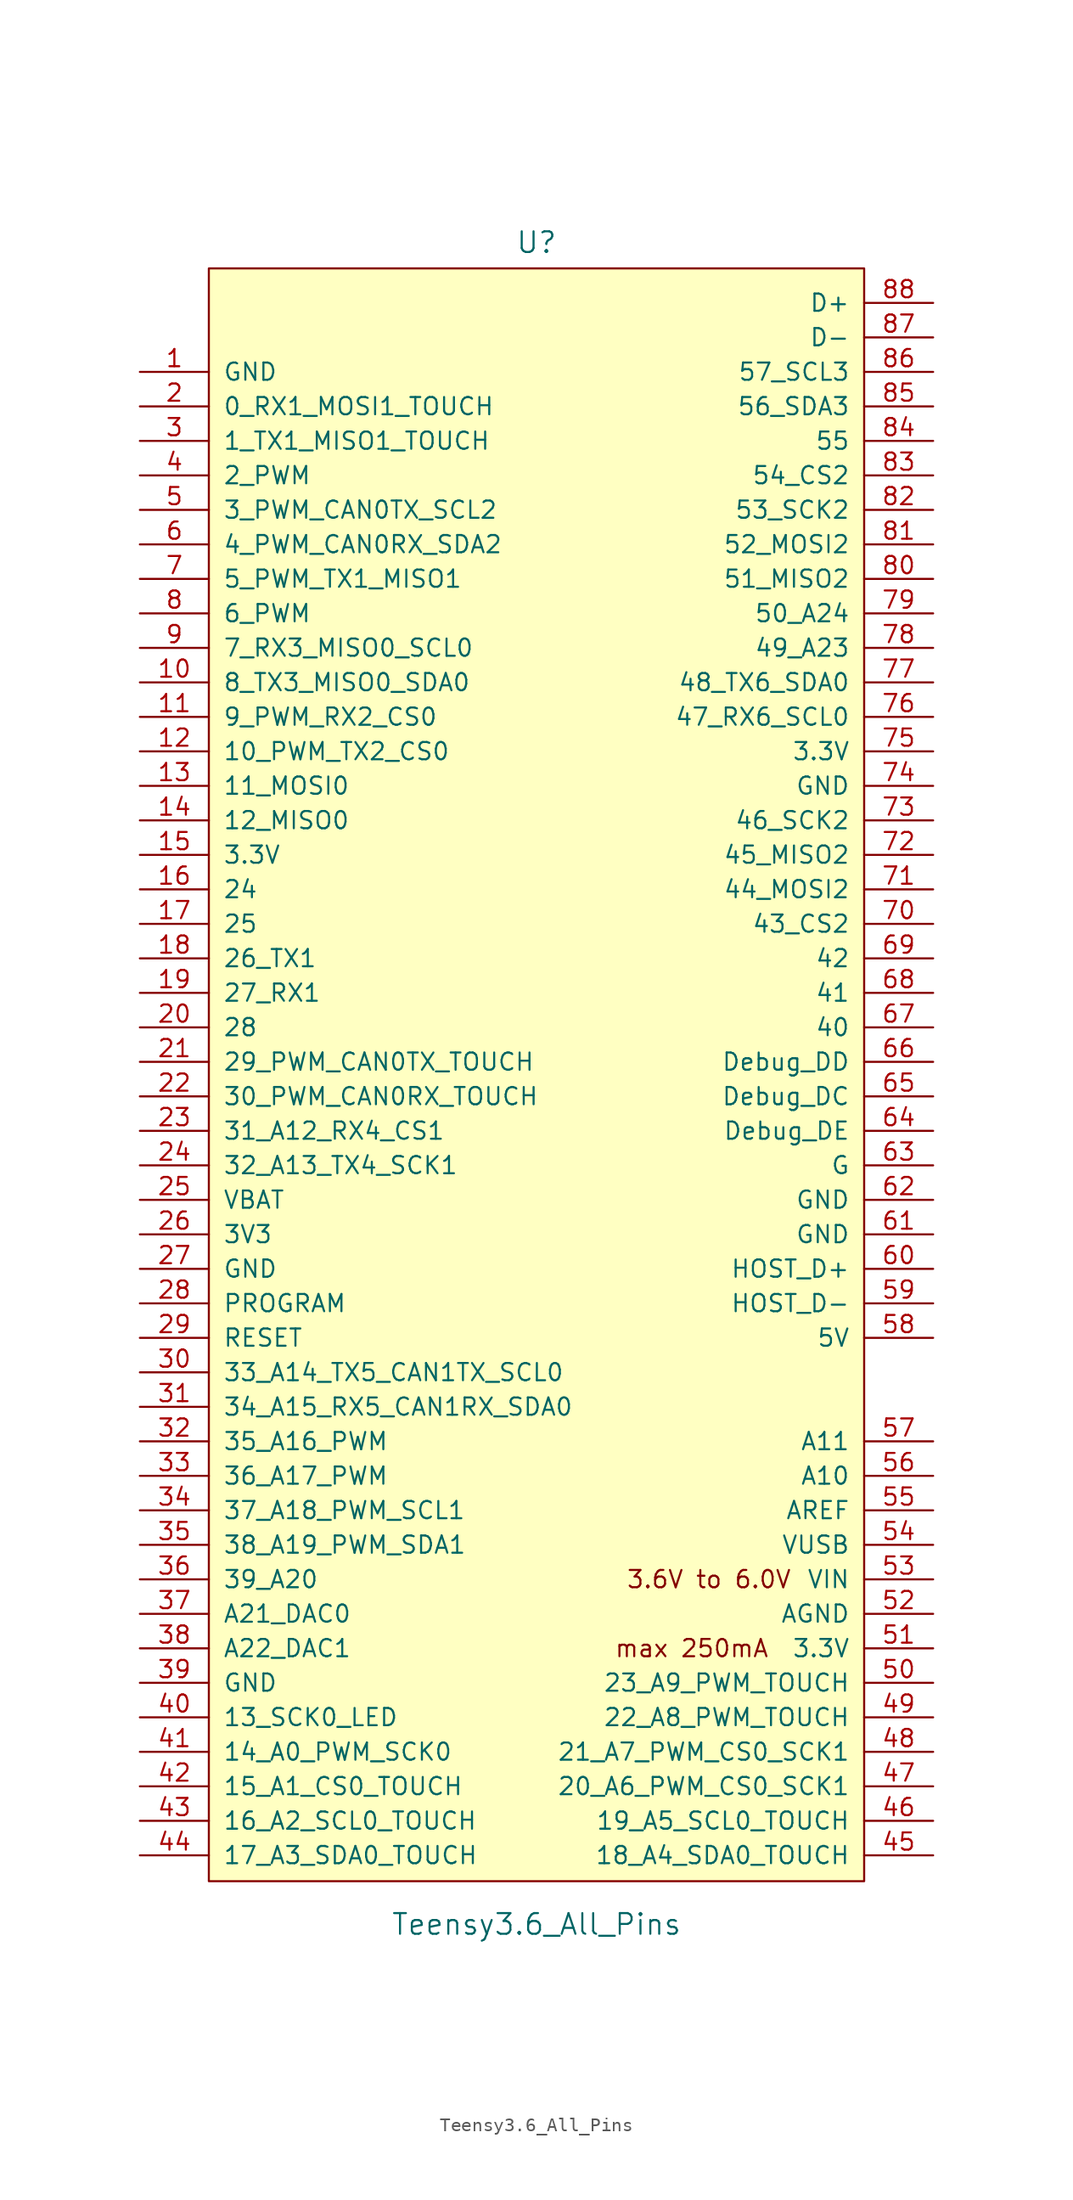
<source format=kicad_sym>
(kicad_symbol_lib
  (version 20211014)
  (generator kicad_symbol_editor)
  (symbol "Teensy3.6_All_Pins"
    (pin_names
      (offset 1.016))
    (property "Reference" "U"
      (at 0 64.135 0)
      (effects (font (size 1.524 1.524))))
    (property "Value" "Teensy3.6_All_Pins"
      (at 0 -59.69 0)
      (effects (font (size 1.524 1.524))))
    (property "Footprint" ""
      (at 0 1.27 0)
      (effects (font (size 1.524 1.524))))
    (property "Datasheet" ""
      (at 0 1.27 0)
      (effects (font (size 1.524 1.524))))
    (symbol "Teensy3.6_All_Pins_0_0"
      (rectangle (start -24.13 62.23) (end 24.13 -56.515) (stroke (width 0) (type default) (color 0 0 0 0)) (fill (type background)))
      (text "3.6V to 6.0V" (at 12.7 -34.29 0) (effects (font (size 1.27 1.27))))
      (text "max 250mA" (at 11.43 -39.37 0) (effects (font (size 1.27 1.27)))))
    (symbol "Teensy3.6_All_Pins_1_1"
      (pin power_in line (at -29.21 54.61 0) (length 5.08) (name "GND" (effects (font (size 1.27 1.27)))) (number "1" (effects (font (size 1.27 1.27)))))
      (pin bidirectional line (at -29.21 31.75 0) (length 5.08) (name "8_TX3_MISO0_SDA0" (effects (font (size 1.27 1.27)))) (number "10" (effects (font (size 1.27 1.27)))))
      (pin bidirectional line (at -29.21 29.21 0) (length 5.08) (name "9_PWM_RX2_CS0" (effects (font (size 1.27 1.27)))) (number "11" (effects (font (size 1.27 1.27)))))
      (pin bidirectional line (at -29.21 26.67 0) (length 5.08) (name "10_PWM_TX2_CS0" (effects (font (size 1.27 1.27)))) (number "12" (effects (font (size 1.27 1.27)))))
      (pin bidirectional line (at -29.21 24.13 0) (length 5.08) (name "11_MOSI0" (effects (font (size 1.27 1.27)))) (number "13" (effects (font (size 1.27 1.27)))))
      (pin bidirectional line (at -29.21 21.59 0) (length 5.08) (name "12_MISO0" (effects (font (size 1.27 1.27)))) (number "14" (effects (font (size 1.27 1.27)))))
      (pin power_in line (at -29.21 19.05 0) (length 5.08) (name "3.3V" (effects (font (size 1.27 1.27)))) (number "15" (effects (font (size 1.27 1.27)))))
      (pin bidirectional line (at -29.21 16.51 0) (length 5.08) (name "24" (effects (font (size 1.27 1.27)))) (number "16" (effects (font (size 1.27 1.27)))))
      (pin bidirectional line (at -29.21 13.97 0) (length 5.08) (name "25" (effects (font (size 1.27 1.27)))) (number "17" (effects (font (size 1.27 1.27)))))
      (pin bidirectional line (at -29.21 11.43 0) (length 5.08) (name "26_TX1" (effects (font (size 1.27 1.27)))) (number "18" (effects (font (size 1.27 1.27)))))
      (pin bidirectional line (at -29.21 8.89 0) (length 5.08) (name "27_RX1" (effects (font (size 1.27 1.27)))) (number "19" (effects (font (size 1.27 1.27)))))
      (pin bidirectional line (at -29.21 52.07 0) (length 5.08) (name "0_RX1_MOSI1_TOUCH" (effects (font (size 1.27 1.27)))) (number "2" (effects (font (size 1.27 1.27)))))
      (pin bidirectional line (at -29.21 6.35 0) (length 5.08) (name "28" (effects (font (size 1.27 1.27)))) (number "20" (effects (font (size 1.27 1.27)))))
      (pin bidirectional line (at -29.21 3.81 0) (length 5.08) (name "29_PWM_CAN0TX_TOUCH" (effects (font (size 1.27 1.27)))) (number "21" (effects (font (size 1.27 1.27)))))
      (pin bidirectional line (at -29.21 1.27 0) (length 5.08) (name "30_PWM_CAN0RX_TOUCH" (effects (font (size 1.27 1.27)))) (number "22" (effects (font (size 1.27 1.27)))))
      (pin bidirectional line (at -29.21 -1.27 0) (length 5.08) (name "31_A12_RX4_CS1" (effects (font (size 1.27 1.27)))) (number "23" (effects (font (size 1.27 1.27)))))
      (pin bidirectional line (at -29.21 -3.81 0) (length 5.08) (name "32_A13_TX4_SCK1" (effects (font (size 1.27 1.27)))) (number "24" (effects (font (size 1.27 1.27)))))
      (pin power_in line (at -29.21 -6.35 0) (length 5.08) (name "VBAT" (effects (font (size 1.27 1.27)))) (number "25" (effects (font (size 1.27 1.27)))))
      (pin power_in line (at -29.21 -8.89 0) (length 5.08) (name "3V3" (effects (font (size 1.27 1.27)))) (number "26" (effects (font (size 1.27 1.27)))))
      (pin power_in line (at -29.21 -11.43 0) (length 5.08) (name "GND" (effects (font (size 1.27 1.27)))) (number "27" (effects (font (size 1.27 1.27)))))
      (pin input line (at -29.21 -13.97 0) (length 5.08) (name "PROGRAM" (effects (font (size 1.27 1.27)))) (number "28" (effects (font (size 1.27 1.27)))))
      (pin input line (at -29.21 -16.51 0) (length 5.08) (name "RESET" (effects (font (size 1.27 1.27)))) (number "29" (effects (font (size 1.27 1.27)))))
      (pin bidirectional line (at -29.21 49.53 0) (length 5.08) (name "1_TX1_MISO1_TOUCH" (effects (font (size 1.27 1.27)))) (number "3" (effects (font (size 1.27 1.27)))))
      (pin bidirectional line (at -29.21 -19.05 0) (length 5.08) (name "33_A14_TX5_CAN1TX_SCL0" (effects (font (size 1.27 1.27)))) (number "30" (effects (font (size 1.27 1.27)))))
      (pin bidirectional line (at -29.21 -21.59 0) (length 5.08) (name "34_A15_RX5_CAN1RX_SDA0" (effects (font (size 1.27 1.27)))) (number "31" (effects (font (size 1.27 1.27)))))
      (pin bidirectional line (at -29.21 -24.13 0) (length 5.08) (name "35_A16_PWM" (effects (font (size 1.27 1.27)))) (number "32" (effects (font (size 1.27 1.27)))))
      (pin bidirectional line (at -29.21 -26.67 0) (length 5.08) (name "36_A17_PWM" (effects (font (size 1.27 1.27)))) (number "33" (effects (font (size 1.27 1.27)))))
      (pin bidirectional line (at -29.21 -29.21 0) (length 5.08) (name "37_A18_PWM_SCL1" (effects (font (size 1.27 1.27)))) (number "34" (effects (font (size 1.27 1.27)))))
      (pin bidirectional line (at -29.21 -31.75 0) (length 5.08) (name "38_A19_PWM_SDA1" (effects (font (size 1.27 1.27)))) (number "35" (effects (font (size 1.27 1.27)))))
      (pin bidirectional line (at -29.21 -34.29 0) (length 5.08) (name "39_A20" (effects (font (size 1.27 1.27)))) (number "36" (effects (font (size 1.27 1.27)))))
      (pin bidirectional line (at -29.21 -36.83 0) (length 5.08) (name "A21_DAC0" (effects (font (size 1.27 1.27)))) (number "37" (effects (font (size 1.27 1.27)))))
      (pin bidirectional line (at -29.21 -39.37 0) (length 5.08) (name "A22_DAC1" (effects (font (size 1.27 1.27)))) (number "38" (effects (font (size 1.27 1.27)))))
      (pin power_in line (at -29.21 -41.91 0) (length 5.08) (name "GND" (effects (font (size 1.27 1.27)))) (number "39" (effects (font (size 1.27 1.27)))))
      (pin bidirectional line (at -29.21 46.99 0) (length 5.08) (name "2_PWM" (effects (font (size 1.27 1.27)))) (number "4" (effects (font (size 1.27 1.27)))))
      (pin bidirectional line (at -29.21 -44.45 0) (length 5.08) (name "13_SCK0_LED" (effects (font (size 1.27 1.27)))) (number "40" (effects (font (size 1.27 1.27)))))
      (pin bidirectional line (at -29.21 -46.99 0) (length 5.08) (name "14_A0_PWM_SCK0" (effects (font (size 1.27 1.27)))) (number "41" (effects (font (size 1.27 1.27)))))
      (pin bidirectional line (at -29.21 -49.53 0) (length 5.08) (name "15_A1_CS0_TOUCH" (effects (font (size 1.27 1.27)))) (number "42" (effects (font (size 1.27 1.27)))))
      (pin bidirectional line (at -29.21 -52.07 0) (length 5.08) (name "16_A2_SCL0_TOUCH" (effects (font (size 1.27 1.27)))) (number "43" (effects (font (size 1.27 1.27)))))
      (pin bidirectional line (at -29.21 -54.61 0) (length 5.08) (name "17_A3_SDA0_TOUCH" (effects (font (size 1.27 1.27)))) (number "44" (effects (font (size 1.27 1.27)))))
      (pin bidirectional line (at 29.21 -54.61 180) (length 5.08) (name "18_A4_SDA0_TOUCH" (effects (font (size 1.27 1.27)))) (number "45" (effects (font (size 1.27 1.27)))))
      (pin bidirectional line (at 29.21 -52.07 180) (length 5.08) (name "19_A5_SCL0_TOUCH" (effects (font (size 1.27 1.27)))) (number "46" (effects (font (size 1.27 1.27)))))
      (pin bidirectional line (at 29.21 -49.53 180) (length 5.08) (name "20_A6_PWM_CS0_SCK1" (effects (font (size 1.27 1.27)))) (number "47" (effects (font (size 1.27 1.27)))))
      (pin bidirectional line (at 29.21 -46.99 180) (length 5.08) (name "21_A7_PWM_CS0_SCK1" (effects (font (size 1.27 1.27)))) (number "48" (effects (font (size 1.27 1.27)))))
      (pin bidirectional line (at 29.21 -44.45 180) (length 5.08) (name "22_A8_PWM_TOUCH" (effects (font (size 1.27 1.27)))) (number "49" (effects (font (size 1.27 1.27)))))
      (pin bidirectional line (at -29.21 44.45 0) (length 5.08) (name "3_PWM_CAN0TX_SCL2" (effects (font (size 1.27 1.27)))) (number "5" (effects (font (size 1.27 1.27)))))
      (pin bidirectional line (at 29.21 -41.91 180) (length 5.08) (name "23_A9_PWM_TOUCH" (effects (font (size 1.27 1.27)))) (number "50" (effects (font (size 1.27 1.27)))))
      (pin power_out line (at 29.21 -39.37 180) (length 5.08) (name "3.3V" (effects (font (size 1.27 1.27)))) (number "51" (effects (font (size 1.27 1.27)))))
      (pin power_out line (at 29.21 -36.83 180) (length 5.08) (name "AGND" (effects (font (size 1.27 1.27)))) (number "52" (effects (font (size 1.27 1.27)))))
      (pin power_in line (at 29.21 -34.29 180) (length 5.08) (name "VIN" (effects (font (size 1.27 1.27)))) (number "53" (effects (font (size 1.27 1.27)))))
      (pin power_in line (at 29.21 -31.75 180) (length 5.08) (name "VUSB" (effects (font (size 1.27 1.27)))) (number "54" (effects (font (size 1.27 1.27)))))
      (pin input line (at 29.21 -29.21 180) (length 5.08) (name "AREF" (effects (font (size 1.27 1.27)))) (number "55" (effects (font (size 1.27 1.27)))))
      (pin bidirectional line (at 29.21 -26.67 180) (length 5.08) (name "A10" (effects (font (size 1.27 1.27)))) (number "56" (effects (font (size 1.27 1.27)))))
      (pin bidirectional line (at 29.21 -24.13 180) (length 5.08) (name "A11" (effects (font (size 1.27 1.27)))) (number "57" (effects (font (size 1.27 1.27)))))
      (pin power_in line (at 29.21 -16.51 180) (length 5.08) (name "5V" (effects (font (size 1.27 1.27)))) (number "58" (effects (font (size 1.27 1.27)))))
      (pin bidirectional line (at 29.21 -13.97 180) (length 5.08) (name "HOST_D-" (effects (font (size 1.27 1.27)))) (number "59" (effects (font (size 1.27 1.27)))))
      (pin bidirectional line (at -29.21 41.91 0) (length 5.08) (name "4_PWM_CAN0RX_SDA2" (effects (font (size 1.27 1.27)))) (number "6" (effects (font (size 1.27 1.27)))))
      (pin bidirectional line (at 29.21 -11.43 180) (length 5.08) (name "HOST_D+" (effects (font (size 1.27 1.27)))) (number "60" (effects (font (size 1.27 1.27)))))
      (pin power_in line (at 29.21 -8.89 180) (length 5.08) (name "GND" (effects (font (size 1.27 1.27)))) (number "61" (effects (font (size 1.27 1.27)))))
      (pin power_in line (at 29.21 -6.35 180) (length 5.08) (name "GND" (effects (font (size 1.27 1.27)))) (number "62" (effects (font (size 1.27 1.27)))))
      (pin power_in line (at 29.21 -3.81 180) (length 5.08) (name "G" (effects (font (size 1.27 1.27)))) (number "63" (effects (font (size 1.27 1.27)))))
      (pin input line (at 29.21 -1.27 180) (length 5.08) (name "Debug_DE" (effects (font (size 1.27 1.27)))) (number "64" (effects (font (size 1.27 1.27)))))
      (pin input line (at 29.21 1.27 180) (length 5.08) (name "Debug_DC" (effects (font (size 1.27 1.27)))) (number "65" (effects (font (size 1.27 1.27)))))
      (pin input line (at 29.21 3.81 180) (length 5.08) (name "Debug_DD" (effects (font (size 1.27 1.27)))) (number "66" (effects (font (size 1.27 1.27)))))
      (pin bidirectional line (at 29.21 6.35 180) (length 5.08) (name "40" (effects (font (size 1.27 1.27)))) (number "67" (effects (font (size 1.27 1.27)))))
      (pin bidirectional line (at 29.21 8.89 180) (length 5.08) (name "41" (effects (font (size 1.27 1.27)))) (number "68" (effects (font (size 1.27 1.27)))))
      (pin bidirectional line (at 29.21 11.43 180) (length 5.08) (name "42" (effects (font (size 1.27 1.27)))) (number "69" (effects (font (size 1.27 1.27)))))
      (pin bidirectional line (at -29.21 39.37 0) (length 5.08) (name "5_PWM_TX1_MISO1" (effects (font (size 1.27 1.27)))) (number "7" (effects (font (size 1.27 1.27)))))
      (pin bidirectional line (at 29.21 13.97 180) (length 5.08) (name "43_CS2" (effects (font (size 1.27 1.27)))) (number "70" (effects (font (size 1.27 1.27)))))
      (pin bidirectional line (at 29.21 16.51 180) (length 5.08) (name "44_MOSI2" (effects (font (size 1.27 1.27)))) (number "71" (effects (font (size 1.27 1.27)))))
      (pin bidirectional line (at 29.21 19.05 180) (length 5.08) (name "45_MISO2" (effects (font (size 1.27 1.27)))) (number "72" (effects (font (size 1.27 1.27)))))
      (pin bidirectional line (at 29.21 21.59 180) (length 5.08) (name "46_SCK2" (effects (font (size 1.27 1.27)))) (number "73" (effects (font (size 1.27 1.27)))))
      (pin power_in line (at 29.21 24.13 180) (length 5.08) (name "GND" (effects (font (size 1.27 1.27)))) (number "74" (effects (font (size 1.27 1.27)))))
      (pin power_in line (at 29.21 26.67 180) (length 5.08) (name "3.3V" (effects (font (size 1.27 1.27)))) (number "75" (effects (font (size 1.27 1.27)))))
      (pin bidirectional line (at 29.21 29.21 180) (length 5.08) (name "47_RX6_SCL0" (effects (font (size 1.27 1.27)))) (number "76" (effects (font (size 1.27 1.27)))))
      (pin bidirectional line (at 29.21 31.75 180) (length 5.08) (name "48_TX6_SDA0" (effects (font (size 1.27 1.27)))) (number "77" (effects (font (size 1.27 1.27)))))
      (pin bidirectional line (at 29.21 34.29 180) (length 5.08) (name "49_A23" (effects (font (size 1.27 1.27)))) (number "78" (effects (font (size 1.27 1.27)))))
      (pin bidirectional line (at 29.21 36.83 180) (length 5.08) (name "50_A24" (effects (font (size 1.27 1.27)))) (number "79" (effects (font (size 1.27 1.27)))))
      (pin bidirectional line (at -29.21 36.83 0) (length 5.08) (name "6_PWM" (effects (font (size 1.27 1.27)))) (number "8" (effects (font (size 1.27 1.27)))))
      (pin bidirectional line (at 29.21 39.37 180) (length 5.08) (name "51_MISO2" (effects (font (size 1.27 1.27)))) (number "80" (effects (font (size 1.27 1.27)))))
      (pin bidirectional line (at 29.21 41.91 180) (length 5.08) (name "52_MOSI2" (effects (font (size 1.27 1.27)))) (number "81" (effects (font (size 1.27 1.27)))))
      (pin bidirectional line (at 29.21 44.45 180) (length 5.08) (name "53_SCK2" (effects (font (size 1.27 1.27)))) (number "82" (effects (font (size 1.27 1.27)))))
      (pin bidirectional line (at 29.21 46.99 180) (length 5.08) (name "54_CS2" (effects (font (size 1.27 1.27)))) (number "83" (effects (font (size 1.27 1.27)))))
      (pin bidirectional line (at 29.21 49.53 180) (length 5.08) (name "55" (effects (font (size 1.27 1.27)))) (number "84" (effects (font (size 1.27 1.27)))))
      (pin bidirectional line (at 29.21 52.07 180) (length 5.08) (name "56_SDA3" (effects (font (size 1.27 1.27)))) (number "85" (effects (font (size 1.27 1.27)))))
      (pin bidirectional line (at 29.21 54.61 180) (length 5.08) (name "57_SCL3" (effects (font (size 1.27 1.27)))) (number "86" (effects (font (size 1.27 1.27)))))
      (pin input line (at 29.21 57.15 180) (length 5.08) (name "D-" (effects (font (size 1.27 1.27)))) (number "87" (effects (font (size 1.27 1.27)))))
      (pin input line (at 29.21 59.69 180) (length 5.08) (name "D+" (effects (font (size 1.27 1.27)))) (number "88" (effects (font (size 1.27 1.27)))))
      (pin bidirectional line (at -29.21 34.29 0) (length 5.08) (name "7_RX3_MISO0_SCL0" (effects (font (size 1.27 1.27)))) (number "9" (effects (font (size 1.27 1.27))))))))
</source>
